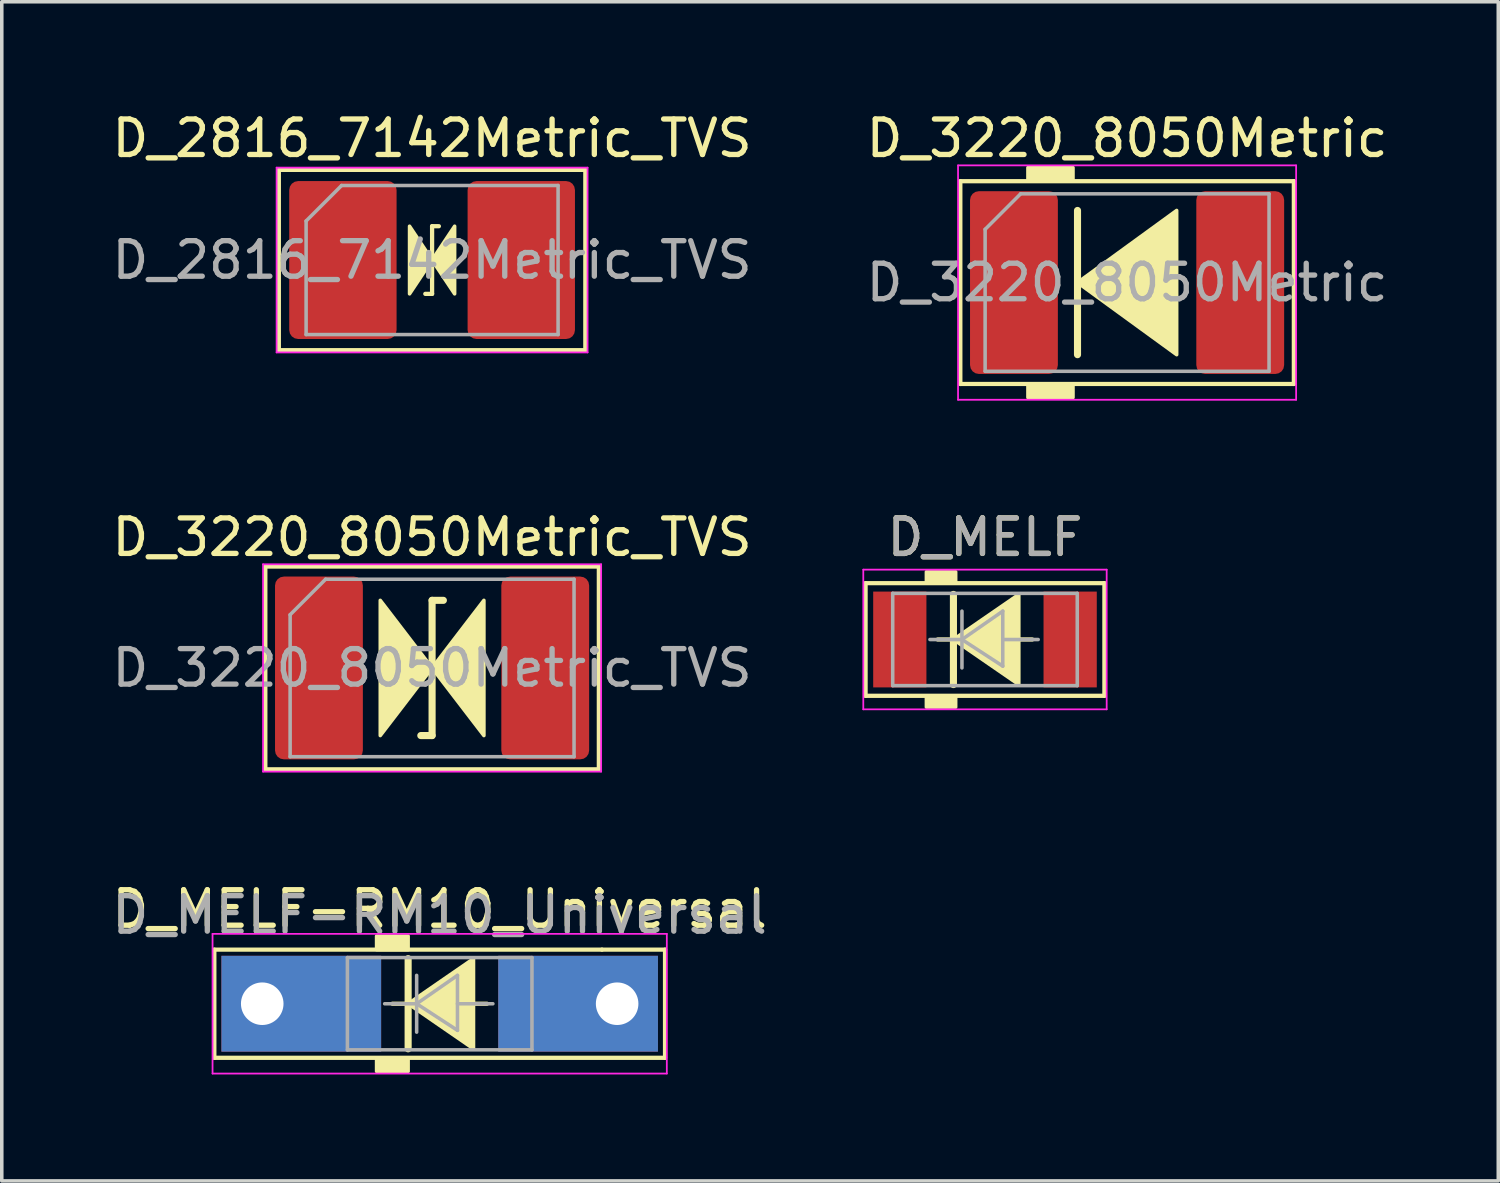
<source format=kicad_pcb>
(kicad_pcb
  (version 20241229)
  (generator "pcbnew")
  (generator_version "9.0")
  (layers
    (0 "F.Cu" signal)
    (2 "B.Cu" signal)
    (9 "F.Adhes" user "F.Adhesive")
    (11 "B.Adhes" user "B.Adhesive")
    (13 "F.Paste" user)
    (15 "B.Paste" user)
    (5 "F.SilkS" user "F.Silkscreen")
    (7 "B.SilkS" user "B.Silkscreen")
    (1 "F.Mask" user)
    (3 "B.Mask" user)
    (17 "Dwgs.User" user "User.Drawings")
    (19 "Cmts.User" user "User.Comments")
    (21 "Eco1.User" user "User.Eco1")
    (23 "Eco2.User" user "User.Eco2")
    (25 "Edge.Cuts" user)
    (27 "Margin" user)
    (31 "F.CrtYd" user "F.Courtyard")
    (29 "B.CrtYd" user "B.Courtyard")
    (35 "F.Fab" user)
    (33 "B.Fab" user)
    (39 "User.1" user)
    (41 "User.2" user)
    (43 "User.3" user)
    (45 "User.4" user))
  (footprint "D_3220_8050Metric_TVS"
    (layer "F.Cu")
    (at 9.125 15.771)
    (property "Reference" "D_3220_8050Metric_TVS" (at 0 -3.683 0) (layer "F.SilkS") (effects (font (size 1 1) (thickness 0.15))))
    (attr smd)
    (fp_line (start -4.699 -2.857) (end 4.699 -2.857) (stroke (width 0.12) (type solid)) (layer "F.SilkS"))
    (fp_line (start -4.699 2.857) (end -4.699 -2.857) (stroke (width 0.12) (type solid)) (layer "F.SilkS"))
    (fp_line (start -0.318 1.905) (end 0 1.905) (stroke (width 0.2) (type solid)) (layer "F.SilkS"))
    (fp_line (start 0 -1.905) (end 0 1.905) (stroke (width 0.2) (type solid)) (layer "F.SilkS"))
    (fp_line (start 0 -1.905) (end 0.318 -1.905) (stroke (width 0.2) (type solid)) (layer "F.SilkS"))
    (fp_line (start 4.699 -2.857) (end 4.699 2.857) (stroke (width 0.12) (type solid)) (layer "F.SilkS"))
    (fp_line (start 4.699 2.857) (end -4.699 2.857) (stroke (width 0.12) (type solid)) (layer "F.SilkS"))
    (fp_poly (pts (xy 0 0) (xy -1.46 1.905) (xy -1.46 -1.905)) (stroke (width 0.1) (type solid)) (fill yes) (layer "F.SilkS"))
    (fp_poly (pts (xy 0 0) (xy 1.46 -1.905) (xy 1.46 1.905)) (stroke (width 0.1) (type solid)) (fill yes) (layer "F.SilkS"))
    (fp_line (start -4.763 -2.921) (end 4.763 -2.921) (stroke (width 0.05) (type solid)) (layer "F.CrtYd"))
    (fp_line (start -4.763 2.921) (end -4.763 -2.921) (stroke (width 0.05) (type solid)) (layer "F.CrtYd"))
    (fp_line (start 4.763 -2.921) (end 4.763 2.921) (stroke (width 0.05) (type solid)) (layer "F.CrtYd"))
    (fp_line (start 4.763 2.921) (end -4.763 2.921) (stroke (width 0.05) (type solid)) (layer "F.CrtYd"))
    (fp_line (start -4 -1.5) (end -4 2.5) (stroke (width 0.1) (type solid)) (layer "F.Fab"))
    (fp_line (start -4 2.5) (end 4 2.5) (stroke (width 0.1) (type solid)) (layer "F.Fab"))
    (fp_line (start -3 -2.5) (end -4 -1.5) (stroke (width 0.1) (type solid)) (layer "F.Fab"))
    (fp_line (start 4 -2.5) (end -3 -2.5) (stroke (width 0.1) (type solid)) (layer "F.Fab"))
    (fp_line (start 4 2.5) (end 4 -2.5) (stroke (width 0.1) (type solid)) (layer "F.Fab"))
    (fp_text user "${REFERENCE}" (at 0 0 0) (layer "F.Fab") (effects (font (size 1 1) (thickness 0.15))))
    (pad "1" smd roundrect (at -3.188 0) (size 2.475 5.15) (layers "F.Cu" "F.Mask" "F.Paste") (roundrect_rratio 0.101))
    (pad "2" smd roundrect (at 3.188 0) (size 2.475 5.15) (layers "F.Cu" "F.Mask" "F.Paste") (roundrect_rratio 0.101)))
  (footprint "D_MELF-RM10_Universal"
    (layer "F.Cu")
    (at 9.339 25.232)
    (property "Reference" "D_MELF-RM10_Universal" (at 0 -2.667 0) (layer "F.SilkS") (effects (font (size 1 1) (thickness 0.15))))
    (attr through_hole)
    (fp_line (start -6.35 -1.524) (end -6.35 1.524) (stroke (width 0.12) (type solid)) (layer "F.SilkS"))
    (fp_line (start -6.35 1.524) (end 6.35 1.524) (stroke (width 0.12) (type solid)) (layer "F.SilkS"))
    (fp_line (start -0.953 0) (end -1.333 0) (stroke (width 0.12) (type solid)) (layer "F.SilkS"))
    (fp_line (start -0.889 -1.27) (end -0.889 1.27) (stroke (width 0.2) (type solid)) (layer "F.SilkS"))
    (fp_line (start 1.333 0) (end 0.953 0) (stroke (width 0.12) (type solid)) (layer "F.SilkS"))
    (fp_line (start 4.572 -1.524) (end -6.35 -1.524) (stroke (width 0.12) (type solid)) (layer "F.SilkS"))
    (fp_line (start 6.35 -1.524) (end 4.572 -1.524) (stroke (width 0.12) (type solid)) (layer "F.SilkS"))
    (fp_line (start 6.35 1.524) (end 6.35 -1.524) (stroke (width 0.12) (type solid)) (layer "F.SilkS"))
    (fp_poly (pts (xy 0.953 1.27) (xy -0.889 0) (xy 0.953 -1.27)) (stroke (width 0.1) (type solid)) (fill yes) (layer "F.SilkS"))
    (fp_poly (pts (xy -0.889 -1.524) (xy -1.778 -1.524) (xy -1.778 -1.905) (xy -0.889 -1.905)) (stroke (width 0.1) (type solid)) (fill yes) (layer "F.SilkS"))
    (fp_poly (pts (xy -0.889 1.905) (xy -1.778 1.905) (xy -1.778 1.524) (xy -0.889 1.524)) (stroke (width 0.1) (type solid)) (fill yes) (layer "F.SilkS"))
    (fp_line (start -6.4 -1.968) (end 6.4 -1.968) (stroke (width 0.05) (type solid)) (layer "F.CrtYd"))
    (fp_line (start -6.4 1.968) (end -6.4 -1.968) (stroke (width 0.05) (type solid)) (layer "F.CrtYd"))
    (fp_line (start 6.4 -1.968) (end 6.4 1.968) (stroke (width 0.05) (type solid)) (layer "F.CrtYd"))
    (fp_line (start 6.4 1.968) (end -6.4 1.968) (stroke (width 0.05) (type solid)) (layer "F.CrtYd"))
    (fp_line (start -2.6 -1.3) (end -2.6 1.3) (stroke (width 0.1) (type solid)) (layer "F.Fab"))
    (fp_line (start -2.6 1.3) (end 2.6 1.3) (stroke (width 0.1) (type solid)) (layer "F.Fab"))
    (fp_line (start -0.649 -0.799) (end -0.649 0.801) (stroke (width 0.1) (type solid)) (layer "F.Fab"))
    (fp_line (start -0.649 0.001) (end -1.551 0.001) (stroke (width 0.1) (type solid)) (layer "F.Fab"))
    (fp_line (start -0.649 0.001) (end 0.501 -0.799) (stroke (width 0.1) (type solid)) (layer "F.Fab"))
    (fp_line (start -0.649 0.001) (end 0.501 0.75) (stroke (width 0.1) (type solid)) (layer "F.Fab"))
    (fp_line (start 0.501 0.001) (end 1.499 0.001) (stroke (width 0.1) (type solid)) (layer "F.Fab"))
    (fp_line (start 0.501 0.75) (end 0.501 -0.799) (stroke (width 0.1) (type solid)) (layer "F.Fab"))
    (fp_line (start 2.6 -1.3) (end -2.6 -1.3) (stroke (width 0.1) (type solid)) (layer "F.Fab"))
    (fp_line (start 2.6 1.3) (end 2.6 -1.3) (stroke (width 0.1) (type solid)) (layer "F.Fab"))
    (fp_text user "${REFERENCE}" (at 0 -2.5 0) (layer "F.Fab") (effects (font (size 1 1) (thickness 0.15))))
    (pad "1" thru_hole rect (at -5 0) (size 4.5 2.7) (drill 1.199 (offset 1.1 0)) (layers "*.Cu" "*.Mask"))
    (pad "2" thru_hole rect (at 5 0 180) (size 4.5 2.7) (drill 1.199 (offset 1.1 0)) (layers "*.Cu" "*.Mask")))
  (footprint "D_3220_8050Metric"
    (layer "F.Cu")
    (at 28.708 4.912)
    (property "Reference" "D_3220_8050Metric" (at 0 -4.064 0) (layer "F.SilkS") (effects (font (size 1 1) (thickness 0.15))))
    (attr smd)
    (fp_line (start -4.699 -2.857) (end 4.699 -2.857) (stroke (width 0.12) (type solid)) (layer "F.SilkS"))
    (fp_line (start -4.699 2.857) (end -4.699 -2.857) (stroke (width 0.12) (type solid)) (layer "F.SilkS"))
    (fp_line (start -1.397 -2.032) (end -1.397 2.032) (stroke (width 0.2) (type solid)) (layer "F.SilkS"))
    (fp_line (start 4.699 -2.857) (end 4.699 2.857) (stroke (width 0.12) (type solid)) (layer "F.SilkS"))
    (fp_line (start 4.699 2.857) (end -4.699 2.857) (stroke (width 0.12) (type solid)) (layer "F.SilkS"))
    (fp_poly (pts (xy 1.397 2.032) (xy -1.397 0) (xy 1.397 -2.032)) (stroke (width 0.1) (type solid)) (fill yes) (layer "F.SilkS"))
    (fp_poly (pts (xy -1.524 -2.857) (xy -2.794 -2.857) (xy -2.794 -3.239) (xy -1.524 -3.239)) (stroke (width 0.1) (type solid)) (fill yes) (layer "F.SilkS"))
    (fp_poly (pts (xy -1.524 3.239) (xy -2.794 3.239) (xy -2.794 2.857) (xy -1.524 2.857)) (stroke (width 0.1) (type solid)) (fill yes) (layer "F.SilkS"))
    (fp_line (start -4.763 -3.302) (end 4.763 -3.302) (stroke (width 0.05) (type solid)) (layer "F.CrtYd"))
    (fp_line (start -4.763 3.302) (end -4.763 -3.302) (stroke (width 0.05) (type solid)) (layer "F.CrtYd"))
    (fp_line (start 4.763 -3.302) (end 4.763 3.302) (stroke (width 0.05) (type solid)) (layer "F.CrtYd"))
    (fp_line (start 4.763 3.302) (end -4.763 3.302) (stroke (width 0.05) (type solid)) (layer "F.CrtYd"))
    (fp_line (start -4 -1.5) (end -4 2.5) (stroke (width 0.1) (type solid)) (layer "F.Fab"))
    (fp_line (start -4 2.5) (end 4 2.5) (stroke (width 0.1) (type solid)) (layer "F.Fab"))
    (fp_line (start -3 -2.5) (end -4 -1.5) (stroke (width 0.1) (type solid)) (layer "F.Fab"))
    (fp_line (start 4 -2.5) (end -3 -2.5) (stroke (width 0.1) (type solid)) (layer "F.Fab"))
    (fp_line (start 4 2.5) (end 4 -2.5) (stroke (width 0.1) (type solid)) (layer "F.Fab"))
    (fp_text user "${REFERENCE}" (at 0 0 0) (layer "F.Fab") (effects (font (size 1 1) (thickness 0.15))))
    (pad "1" smd roundrect (at -3.188 0) (size 2.475 5.15) (layers "F.Cu" "F.Mask" "F.Paste") (roundrect_rratio 0.101))
    (pad "2" smd roundrect (at 3.188 0) (size 2.475 5.15) (layers "F.Cu" "F.Mask" "F.Paste") (roundrect_rratio 0.101)))
  (footprint "D_2816_7142Metric_TVS"
    (layer "F.Cu")
    (at 9.125 4.277)
    (property "Reference" "D_2816_7142Metric_TVS" (at 0 -3.429 0) (layer "F.SilkS") (effects (font (size 1 1) (thickness 0.15))))
    (attr smd)
    (fp_line (start -4.318 -2.54) (end -4.318 2.54) (stroke (width 0.12) (type solid)) (layer "F.SilkS"))
    (fp_line (start -4.318 2.54) (end 4.318 2.54) (stroke (width 0.12) (type solid)) (layer "F.SilkS"))
    (fp_line (start -0.191 0.953) (end 0 0.953) (stroke (width 0.12) (type solid)) (layer "F.SilkS"))
    (fp_line (start 0 -0.953) (end 0 0.953) (stroke (width 0.12) (type solid)) (layer "F.SilkS"))
    (fp_line (start 0 -0.953) (end 0.191 -0.953) (stroke (width 0.12) (type solid)) (layer "F.SilkS"))
    (fp_line (start 4.318 -2.54) (end -4.318 -2.54) (stroke (width 0.12) (type solid)) (layer "F.SilkS"))
    (fp_line (start 4.318 2.54) (end 4.318 -2.54) (stroke (width 0.12) (type solid)) (layer "F.SilkS"))
    (fp_poly (pts (xy 0 0) (xy -0.635 0.953) (xy -0.635 -0.953)) (stroke (width 0.1) (type solid)) (fill yes) (layer "F.SilkS"))
    (fp_poly (pts (xy 0 0) (xy 0.635 -0.953) (xy 0.635 0.953)) (stroke (width 0.1) (type solid)) (fill yes) (layer "F.SilkS"))
    (fp_line (start -4.381 -2.603) (end 4.381 -2.603) (stroke (width 0.05) (type solid)) (layer "F.CrtYd"))
    (fp_line (start -4.381 2.603) (end -4.381 -2.603) (stroke (width 0.05) (type solid)) (layer "F.CrtYd"))
    (fp_line (start 4.381 -2.603) (end 4.381 2.603) (stroke (width 0.05) (type solid)) (layer "F.CrtYd"))
    (fp_line (start 4.381 2.603) (end -4.381 2.603) (stroke (width 0.05) (type solid)) (layer "F.CrtYd"))
    (fp_line (start -3.55 -1.1) (end -3.55 2.1) (stroke (width 0.1) (type solid)) (layer "F.Fab"))
    (fp_line (start -3.55 2.1) (end 3.55 2.1) (stroke (width 0.1) (type solid)) (layer "F.Fab"))
    (fp_line (start -2.55 -2.1) (end -3.55 -1.1) (stroke (width 0.1) (type solid)) (layer "F.Fab"))
    (fp_line (start 3.55 -2.1) (end -2.55 -2.1) (stroke (width 0.1) (type solid)) (layer "F.Fab"))
    (fp_line (start 3.55 2.1) (end 3.55 -2.1) (stroke (width 0.1) (type solid)) (layer "F.Fab"))
    (fp_text user "${REFERENCE}" (at 0 0 0) (layer "F.Fab") (effects (font (size 1 1) (thickness 0.15))))
    (pad "1" smd roundrect (at -2.513 0) (size 3.025 4.45) (layers "F.Cu" "F.Mask" "F.Paste") (roundrect_rratio 0.083))
    (pad "2" smd roundrect (at 2.513 0) (size 3.025 4.45) (layers "F.Cu" "F.Mask" "F.Paste") (roundrect_rratio 0.083)))
  (footprint "D_MELF"
    (layer "F.Cu")
    (at 24.704 14.969)
    (property "Reference" "D_MELF" (at 0 -2.881 0) (layer "F.SilkS") (effects (font (size 1 1) (thickness 0.15))))
    (attr smd)
    (fp_line (start -3.365 -1.587) (end 3.365 -1.587) (stroke (width 0.12) (type solid)) (layer "F.SilkS"))
    (fp_line (start -3.365 1.587) (end -3.365 -1.587) (stroke (width 0.12) (type solid)) (layer "F.SilkS"))
    (fp_line (start -0.953 0) (end -1.333 0) (stroke (width 0.12) (type solid)) (layer "F.SilkS"))
    (fp_line (start -0.889 -1.27) (end -0.889 1.27) (stroke (width 0.2) (type solid)) (layer "F.SilkS"))
    (fp_line (start 1.333 0) (end 0.953 0) (stroke (width 0.12) (type solid)) (layer "F.SilkS"))
    (fp_line (start 3.365 -1.587) (end 3.365 1.587) (stroke (width 0.12) (type solid)) (layer "F.SilkS"))
    (fp_line (start 3.365 1.587) (end -3.365 1.587) (stroke (width 0.12) (type solid)) (layer "F.SilkS"))
    (fp_poly (pts (xy 0.953 1.27) (xy -0.889 0) (xy 0.953 -1.27)) (stroke (width 0.1) (type solid)) (fill yes) (layer "F.SilkS"))
    (fp_poly (pts (xy -0.826 -1.587) (xy -1.651 -1.587) (xy -1.651 -1.905) (xy -0.826 -1.905)) (stroke (width 0.1) (type solid)) (fill yes) (layer "F.SilkS"))
    (fp_poly (pts (xy -0.826 1.905) (xy -1.651 1.905) (xy -1.651 1.587) (xy -0.826 1.587)) (stroke (width 0.1) (type solid)) (fill yes) (layer "F.SilkS"))
    (fp_line (start -3.429 -1.968) (end 3.429 -1.968) (stroke (width 0.05) (type solid)) (layer "F.CrtYd"))
    (fp_line (start -3.429 1.968) (end -3.429 -1.968) (stroke (width 0.05) (type solid)) (layer "F.CrtYd"))
    (fp_line (start 3.429 -1.968) (end 3.429 1.968) (stroke (width 0.05) (type solid)) (layer "F.CrtYd"))
    (fp_line (start 3.429 1.968) (end -3.429 1.968) (stroke (width 0.05) (type solid)) (layer "F.CrtYd"))
    (fp_line (start -2.6 -1.3) (end -2.6 1.3) (stroke (width 0.1) (type solid)) (layer "F.Fab"))
    (fp_line (start -2.6 1.3) (end 2.6 1.3) (stroke (width 0.1) (type solid)) (layer "F.Fab"))
    (fp_line (start -0.649 -0.799) (end -0.649 0.801) (stroke (width 0.1) (type solid)) (layer "F.Fab"))
    (fp_line (start -0.649 0.001) (end -1.551 0.001) (stroke (width 0.1) (type solid)) (layer "F.Fab"))
    (fp_line (start -0.649 0.001) (end 0.501 -0.799) (stroke (width 0.1) (type solid)) (layer "F.Fab"))
    (fp_line (start -0.649 0.001) (end 0.501 0.75) (stroke (width 0.1) (type solid)) (layer "F.Fab"))
    (fp_line (start 0.501 0.001) (end 1.499 0.001) (stroke (width 0.1) (type solid)) (layer "F.Fab"))
    (fp_line (start 0.501 0.75) (end 0.501 -0.799) (stroke (width 0.1) (type solid)) (layer "F.Fab"))
    (fp_line (start 2.6 -1.3) (end -2.6 -1.3) (stroke (width 0.1) (type solid)) (layer "F.Fab"))
    (fp_line (start 2.6 1.3) (end 2.6 -1.3) (stroke (width 0.1) (type solid)) (layer "F.Fab"))
    (fp_text user "${REFERENCE}" (at 0 -2.881 0) (layer "F.Fab") (effects (font (size 1 1) (thickness 0.15))))
    (pad "1" smd rect (at -2.4 0) (size 1.5 2.7) (layers "F.Cu" "F.Mask" "F.Paste"))
    (pad "2" smd rect (at 2.4 0) (size 1.5 2.7) (layers "F.Cu" "F.Mask" "F.Paste")))
  (gr_rect
    (start -3 -3)
    (end 39.167 30.225)
    (stroke (width 0.1) (type default))
    (fill no)
    (layer "Edge.Cuts")))
</source>
